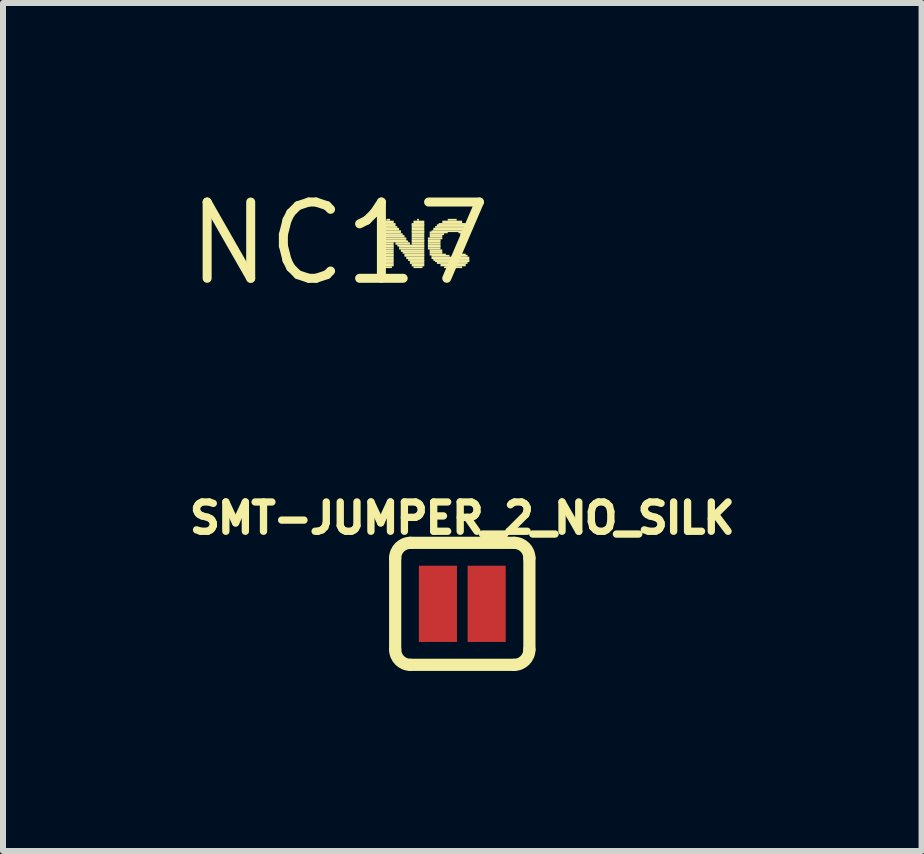
<source format=kicad_pcb>
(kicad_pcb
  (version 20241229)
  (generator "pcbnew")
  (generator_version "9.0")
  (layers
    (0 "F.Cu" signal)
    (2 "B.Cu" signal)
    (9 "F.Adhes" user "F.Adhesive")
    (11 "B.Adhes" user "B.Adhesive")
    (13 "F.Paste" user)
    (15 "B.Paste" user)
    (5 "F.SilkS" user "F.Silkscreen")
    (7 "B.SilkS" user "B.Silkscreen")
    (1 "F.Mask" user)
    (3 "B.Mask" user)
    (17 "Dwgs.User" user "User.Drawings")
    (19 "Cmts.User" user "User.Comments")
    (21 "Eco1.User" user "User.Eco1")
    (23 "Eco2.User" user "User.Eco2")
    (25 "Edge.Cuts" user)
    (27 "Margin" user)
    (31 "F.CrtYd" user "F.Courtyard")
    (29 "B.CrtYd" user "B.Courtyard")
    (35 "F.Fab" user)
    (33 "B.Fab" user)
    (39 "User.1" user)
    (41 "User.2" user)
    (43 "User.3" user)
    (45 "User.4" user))
  (footprint "SMT-JUMPER_2_NO_SILK"
    (layer "F.Cu")
    (at 4.651 7.009)
    (property "Reference" "SMT-JUMPER_2_NO_SILK" (at 0 -1.143 0) (layer "F.SilkS") (effects (font (size 0.488 0.488) (thickness 0.122)) (justify bottom)))
    (fp_line (start -1.118 0.762) (end -1.118 -0.762) (stroke (width 0.203) (type solid)) (layer "F.SilkS"))
    (fp_line (start -0.864 -1.016) (end 0.864 -1.016) (stroke (width 0.203) (type solid)) (layer "F.SilkS"))
    (fp_line (start 0.864 1.016) (end -0.864 1.016) (stroke (width 0.203) (type solid)) (layer "F.SilkS"))
    (fp_line (start 1.118 0.762) (end 1.118 -0.762) (stroke (width 0.203) (type solid)) (layer "F.SilkS"))
    (fp_arc (start -1.1176 -0.762) (mid -1.043205 -0.941605) (end -0.8636 -1.016) (stroke (width 0.2032) (type solid)) (layer "F.SilkS"))
    (fp_arc (start -0.8636 1.016) (mid -1.043205 0.941605) (end -1.1176 0.762) (stroke (width 0.2032) (type solid)) (layer "F.SilkS"))
    (fp_arc (start 0.8636 -1.016) (mid 1.043205 -0.941605) (end 1.1176 -0.762) (stroke (width 0.2032) (type solid)) (layer "F.SilkS"))
    (fp_arc (start 1.1176 0.762) (mid 1.043205 0.941605) (end 0.8636 1.016) (stroke (width 0.2032) (type solid)) (layer "F.SilkS"))
    (pad "1" smd rect (at -0.406 0) (size 0.635 1.27) (layers "F.Cu" "F.Mask"))
    (pad "2" smd rect (at 0.406 0) (size 0.635 1.27) (layers "F.Cu" "F.Mask")))
  (footprint "NC17"
    (layer "F.Cu")
    (at 2.608 1.006)
    (property "Reference" "NC17" (at 0 0 0) (layer "F.SilkS") (effects (font (size 1.27 1.27) (thickness 0.15))))
    (fp_poly (pts (xy 0.72 -0.34) (xy 0.9 -0.34) (xy 0.9 -0.38) (xy 0.72 -0.38)) (stroke (width 0) (type solid)) (fill yes) (layer "F.SilkS"))
    (fp_poly (pts (xy 0.72 -0.31) (xy 0.93 -0.31) (xy 0.93 -0.34) (xy 0.72 -0.34)) (stroke (width 0) (type solid)) (fill yes) (layer "F.SilkS"))
    (fp_poly (pts (xy 0.72 -0.29) (xy 0.93 -0.29) (xy 0.93 -0.32) (xy 0.72 -0.32)) (stroke (width 0) (type solid)) (fill yes) (layer "F.SilkS"))
    (fp_poly (pts (xy 0.72 -0.26) (xy 0.96 -0.26) (xy 0.96 -0.29) (xy 0.72 -0.29)) (stroke (width 0) (type solid)) (fill yes) (layer "F.SilkS"))
    (fp_poly (pts (xy 0.72 -0.22) (xy 0.99 -0.22) (xy 0.99 -0.26) (xy 0.72 -0.26)) (stroke (width 0) (type solid)) (fill yes) (layer "F.SilkS"))
    (fp_poly (pts (xy 0.72 -0.19) (xy 1.02 -0.19) (xy 1.02 -0.22) (xy 0.72 -0.22)) (stroke (width 0) (type solid)) (fill yes) (layer "F.SilkS"))
    (fp_poly (pts (xy 0.72 -0.17) (xy 1.02 -0.17) (xy 1.02 -0.2) (xy 0.72 -0.2)) (stroke (width 0) (type solid)) (fill yes) (layer "F.SilkS"))
    (fp_poly (pts (xy 0.72 -0.14) (xy 1.05 -0.14) (xy 1.05 -0.17) (xy 0.72 -0.17)) (stroke (width 0) (type solid)) (fill yes) (layer "F.SilkS"))
    (fp_poly (pts (xy 0.72 -0.1) (xy 1.08 -0.1) (xy 1.08 -0.14) (xy 0.72 -0.14)) (stroke (width 0) (type solid)) (fill yes) (layer "F.SilkS"))
    (fp_poly (pts (xy 0.72 -0.07) (xy 1.11 -0.07) (xy 1.11 -0.1) (xy 0.72 -0.1)) (stroke (width 0) (type solid)) (fill yes) (layer "F.SilkS"))
    (fp_poly (pts (xy 0.72 -0.04) (xy 1.11 -0.04) (xy 1.11 -0.07) (xy 0.72 -0.07)) (stroke (width 0) (type solid)) (fill yes) (layer "F.SilkS"))
    (fp_poly (pts (xy 0.72 -0.02) (xy 1.14 -0.02) (xy 1.14 -0.05) (xy 0.72 -0.05)) (stroke (width 0) (type solid)) (fill yes) (layer "F.SilkS"))
    (fp_poly (pts (xy 0.72 0.02) (xy 0.9 0.02) (xy 0.9 -0.02) (xy 0.72 -0.02)) (stroke (width 0) (type solid)) (fill yes) (layer "F.SilkS"))
    (fp_poly (pts (xy 0.72 0.05) (xy 0.9 0.05) (xy 0.9 0.02) (xy 0.72 0.02)) (stroke (width 0) (type solid)) (fill yes) (layer "F.SilkS"))
    (fp_poly (pts (xy 0.72 0.07) (xy 0.9 0.07) (xy 0.9 0.04) (xy 0.72 0.04)) (stroke (width 0) (type solid)) (fill yes) (layer "F.SilkS"))
    (fp_poly (pts (xy 0.72 0.1) (xy 0.9 0.1) (xy 0.9 0.07) (xy 0.72 0.07)) (stroke (width 0) (type solid)) (fill yes) (layer "F.SilkS"))
    (fp_poly (pts (xy 0.72 0.14) (xy 0.9 0.14) (xy 0.9 0.1) (xy 0.72 0.1)) (stroke (width 0) (type solid)) (fill yes) (layer "F.SilkS"))
    (fp_poly (pts (xy 0.72 0.17) (xy 0.9 0.17) (xy 0.9 0.14) (xy 0.72 0.14)) (stroke (width 0) (type solid)) (fill yes) (layer "F.SilkS"))
    (fp_poly (pts (xy 0.72 0.2) (xy 0.9 0.2) (xy 0.9 0.17) (xy 0.72 0.17)) (stroke (width 0) (type solid)) (fill yes) (layer "F.SilkS"))
    (fp_poly (pts (xy 0.72 0.22) (xy 0.9 0.22) (xy 0.9 0.19) (xy 0.72 0.19)) (stroke (width 0) (type solid)) (fill yes) (layer "F.SilkS"))
    (fp_poly (pts (xy 0.72 0.26) (xy 0.9 0.26) (xy 0.9 0.22) (xy 0.72 0.22)) (stroke (width 0) (type solid)) (fill yes) (layer "F.SilkS"))
    (fp_poly (pts (xy 0.72 0.29) (xy 0.9 0.29) (xy 0.9 0.26) (xy 0.72 0.26)) (stroke (width 0) (type solid)) (fill yes) (layer "F.SilkS"))
    (fp_poly (pts (xy 0.72 0.31) (xy 0.9 0.31) (xy 0.9 0.28) (xy 0.72 0.28)) (stroke (width 0) (type solid)) (fill yes) (layer "F.SilkS"))
    (fp_poly (pts (xy 0.72 0.34) (xy 0.9 0.34) (xy 0.9 0.31) (xy 0.72 0.31)) (stroke (width 0) (type solid)) (fill yes) (layer "F.SilkS"))
    (fp_poly (pts (xy 0.72 0.38) (xy 0.9 0.38) (xy 0.9 0.34) (xy 0.72 0.34)) (stroke (width 0) (type solid)) (fill yes) (layer "F.SilkS"))
    (fp_poly (pts (xy 0.72 0.41) (xy 0.87 0.41) (xy 0.87 0.38) (xy 0.72 0.38)) (stroke (width 0) (type solid)) (fill yes) (layer "F.SilkS"))
    (fp_poly (pts (xy 0.78 -0.38) (xy 0.84 -0.38) (xy 0.84 -0.41) (xy 0.78 -0.41)) (stroke (width 0) (type solid)) (fill yes) (layer "F.SilkS"))
    (fp_poly (pts (xy 0.93 0.02) (xy 1.17 0.02) (xy 1.17 -0.02) (xy 0.93 -0.02)) (stroke (width 0) (type solid)) (fill yes) (layer "F.SilkS"))
    (fp_poly (pts (xy 0.96 0.05) (xy 1.41 0.05) (xy 1.41 0.02) (xy 0.96 0.02)) (stroke (width 0) (type solid)) (fill yes) (layer "F.SilkS"))
    (fp_poly (pts (xy 0.99 0.07) (xy 1.41 0.07) (xy 1.41 0.04) (xy 0.99 0.04)) (stroke (width 0) (type solid)) (fill yes) (layer "F.SilkS"))
    (fp_poly (pts (xy 0.99 0.1) (xy 1.41 0.1) (xy 1.41 0.07) (xy 0.99 0.07)) (stroke (width 0) (type solid)) (fill yes) (layer "F.SilkS"))
    (fp_poly (pts (xy 1.02 0.14) (xy 1.41 0.14) (xy 1.41 0.1) (xy 1.02 0.1)) (stroke (width 0) (type solid)) (fill yes) (layer "F.SilkS"))
    (fp_poly (pts (xy 1.05 0.17) (xy 1.41 0.17) (xy 1.41 0.14) (xy 1.05 0.14)) (stroke (width 0) (type solid)) (fill yes) (layer "F.SilkS"))
    (fp_poly (pts (xy 1.08 0.2) (xy 1.41 0.2) (xy 1.41 0.17) (xy 1.08 0.17)) (stroke (width 0) (type solid)) (fill yes) (layer "F.SilkS"))
    (fp_poly (pts (xy 1.08 0.22) (xy 1.41 0.22) (xy 1.41 0.19) (xy 1.08 0.19)) (stroke (width 0) (type solid)) (fill yes) (layer "F.SilkS"))
    (fp_poly (pts (xy 1.11 0.26) (xy 1.41 0.26) (xy 1.41 0.22) (xy 1.11 0.22)) (stroke (width 0) (type solid)) (fill yes) (layer "F.SilkS"))
    (fp_poly (pts (xy 1.14 0.29) (xy 1.41 0.29) (xy 1.41 0.26) (xy 1.14 0.26)) (stroke (width 0) (type solid)) (fill yes) (layer "F.SilkS"))
    (fp_poly (pts (xy 1.17 0.31) (xy 1.41 0.31) (xy 1.41 0.28) (xy 1.17 0.28)) (stroke (width 0) (type solid)) (fill yes) (layer "F.SilkS"))
    (fp_poly (pts (xy 1.17 0.34) (xy 1.41 0.34) (xy 1.41 0.31) (xy 1.17 0.31)) (stroke (width 0) (type solid)) (fill yes) (layer "F.SilkS"))
    (fp_poly (pts (xy 1.2 -0.31) (xy 1.41 -0.31) (xy 1.41 -0.34) (xy 1.2 -0.34)) (stroke (width 0) (type solid)) (fill yes) (layer "F.SilkS"))
    (fp_poly (pts (xy 1.2 -0.29) (xy 1.41 -0.29) (xy 1.41 -0.32) (xy 1.2 -0.32)) (stroke (width 0) (type solid)) (fill yes) (layer "F.SilkS"))
    (fp_poly (pts (xy 1.2 -0.26) (xy 1.41 -0.26) (xy 1.41 -0.29) (xy 1.2 -0.29)) (stroke (width 0) (type solid)) (fill yes) (layer "F.SilkS"))
    (fp_poly (pts (xy 1.2 -0.22) (xy 1.41 -0.22) (xy 1.41 -0.26) (xy 1.2 -0.26)) (stroke (width 0) (type solid)) (fill yes) (layer "F.SilkS"))
    (fp_poly (pts (xy 1.2 -0.19) (xy 1.41 -0.19) (xy 1.41 -0.22) (xy 1.2 -0.22)) (stroke (width 0) (type solid)) (fill yes) (layer "F.SilkS"))
    (fp_poly (pts (xy 1.2 -0.17) (xy 1.41 -0.17) (xy 1.41 -0.2) (xy 1.2 -0.2)) (stroke (width 0) (type solid)) (fill yes) (layer "F.SilkS"))
    (fp_poly (pts (xy 1.2 -0.14) (xy 1.41 -0.14) (xy 1.41 -0.17) (xy 1.2 -0.17)) (stroke (width 0) (type solid)) (fill yes) (layer "F.SilkS"))
    (fp_poly (pts (xy 1.2 -0.1) (xy 1.41 -0.1) (xy 1.41 -0.14) (xy 1.2 -0.14)) (stroke (width 0) (type solid)) (fill yes) (layer "F.SilkS"))
    (fp_poly (pts (xy 1.2 -0.07) (xy 1.41 -0.07) (xy 1.41 -0.1) (xy 1.2 -0.1)) (stroke (width 0) (type solid)) (fill yes) (layer "F.SilkS"))
    (fp_poly (pts (xy 1.2 -0.04) (xy 1.41 -0.04) (xy 1.41 -0.07) (xy 1.2 -0.07)) (stroke (width 0) (type solid)) (fill yes) (layer "F.SilkS"))
    (fp_poly (pts (xy 1.2 -0.02) (xy 1.41 -0.02) (xy 1.41 -0.05) (xy 1.2 -0.05)) (stroke (width 0) (type solid)) (fill yes) (layer "F.SilkS"))
    (fp_poly (pts (xy 1.2 0.02) (xy 1.41 0.02) (xy 1.41 -0.02) (xy 1.2 -0.02)) (stroke (width 0) (type solid)) (fill yes) (layer "F.SilkS"))
    (fp_poly (pts (xy 1.2 0.38) (xy 1.41 0.38) (xy 1.41 0.34) (xy 1.2 0.34)) (stroke (width 0) (type solid)) (fill yes) (layer "F.SilkS"))
    (fp_poly (pts (xy 1.23 -0.34) (xy 1.41 -0.34) (xy 1.41 -0.38) (xy 1.23 -0.38)) (stroke (width 0) (type solid)) (fill yes) (layer "F.SilkS"))
    (fp_poly (pts (xy 1.23 0.41) (xy 1.38 0.41) (xy 1.38 0.38) (xy 1.23 0.38)) (stroke (width 0) (type solid)) (fill yes) (layer "F.SilkS"))
    (fp_poly (pts (xy 1.29 -0.38) (xy 1.32 -0.38) (xy 1.32 -0.41) (xy 1.29 -0.41)) (stroke (width 0) (type solid)) (fill yes) (layer "F.SilkS"))
    (fp_poly (pts (xy 1.47 -0.07) (xy 1.71 -0.07) (xy 1.71 -0.1) (xy 1.47 -0.1)) (stroke (width 0) (type solid)) (fill yes) (layer "F.SilkS"))
    (fp_poly (pts (xy 1.47 -0.04) (xy 1.68 -0.04) (xy 1.68 -0.07) (xy 1.47 -0.07)) (stroke (width 0) (type solid)) (fill yes) (layer "F.SilkS"))
    (fp_poly (pts (xy 1.47 -0.02) (xy 1.68 -0.02) (xy 1.68 -0.05) (xy 1.47 -0.05)) (stroke (width 0) (type solid)) (fill yes) (layer "F.SilkS"))
    (fp_poly (pts (xy 1.47 0.02) (xy 1.68 0.02) (xy 1.68 -0.02) (xy 1.47 -0.02)) (stroke (width 0) (type solid)) (fill yes) (layer "F.SilkS"))
    (fp_poly (pts (xy 1.47 0.05) (xy 1.68 0.05) (xy 1.68 0.02) (xy 1.47 0.02)) (stroke (width 0) (type solid)) (fill yes) (layer "F.SilkS"))
    (fp_poly (pts (xy 1.47 0.07) (xy 1.68 0.07) (xy 1.68 0.04) (xy 1.47 0.04)) (stroke (width 0) (type solid)) (fill yes) (layer "F.SilkS"))
    (fp_poly (pts (xy 1.47 0.1) (xy 1.68 0.1) (xy 1.68 0.07) (xy 1.47 0.07)) (stroke (width 0) (type solid)) (fill yes) (layer "F.SilkS"))
    (fp_poly (pts (xy 1.5 -0.17) (xy 1.8 -0.17) (xy 1.8 -0.2) (xy 1.5 -0.2)) (stroke (width 0) (type solid)) (fill yes) (layer "F.SilkS"))
    (fp_poly (pts (xy 1.5 -0.14) (xy 1.74 -0.14) (xy 1.74 -0.17) (xy 1.5 -0.17)) (stroke (width 0) (type solid)) (fill yes) (layer "F.SilkS"))
    (fp_poly (pts (xy 1.5 -0.1) (xy 1.71 -0.1) (xy 1.71 -0.14) (xy 1.5 -0.14)) (stroke (width 0) (type solid)) (fill yes) (layer "F.SilkS"))
    (fp_poly (pts (xy 1.5 0.14) (xy 1.71 0.14) (xy 1.71 0.1) (xy 1.5 0.1)) (stroke (width 0) (type solid)) (fill yes) (layer "F.SilkS"))
    (fp_poly (pts (xy 1.5 0.17) (xy 1.71 0.17) (xy 1.71 0.14) (xy 1.5 0.14)) (stroke (width 0) (type solid)) (fill yes) (layer "F.SilkS"))
    (fp_poly (pts (xy 1.5 0.2) (xy 1.77 0.2) (xy 1.77 0.17) (xy 1.5 0.17)) (stroke (width 0) (type solid)) (fill yes) (layer "F.SilkS"))
    (fp_poly (pts (xy 1.53 -0.19) (xy 2.16 -0.19) (xy 2.16 -0.22) (xy 1.53 -0.22)) (stroke (width 0) (type solid)) (fill yes) (layer "F.SilkS"))
    (fp_poly (pts (xy 1.53 0.22) (xy 1.83 0.22) (xy 1.83 0.19) (xy 1.53 0.19)) (stroke (width 0) (type solid)) (fill yes) (layer "F.SilkS"))
    (fp_poly (pts (xy 1.53 0.26) (xy 2.16 0.26) (xy 2.16 0.22) (xy 1.53 0.22)) (stroke (width 0) (type solid)) (fill yes) (layer "F.SilkS"))
    (fp_poly (pts (xy 1.56 -0.22) (xy 2.16 -0.22) (xy 2.16 -0.26) (xy 1.56 -0.26)) (stroke (width 0) (type solid)) (fill yes) (layer "F.SilkS"))
    (fp_poly (pts (xy 1.56 0.29) (xy 2.16 0.29) (xy 2.16 0.26) (xy 1.56 0.26)) (stroke (width 0) (type solid)) (fill yes) (layer "F.SilkS"))
    (fp_poly (pts (xy 1.59 -0.26) (xy 2.16 -0.26) (xy 2.16 -0.29) (xy 1.59 -0.29)) (stroke (width 0) (type solid)) (fill yes) (layer "F.SilkS"))
    (fp_poly (pts (xy 1.59 0.31) (xy 2.16 0.31) (xy 2.16 0.28) (xy 1.59 0.28)) (stroke (width 0) (type solid)) (fill yes) (layer "F.SilkS"))
    (fp_poly (pts (xy 1.62 -0.29) (xy 2.16 -0.29) (xy 2.16 -0.32) (xy 1.62 -0.32)) (stroke (width 0) (type solid)) (fill yes) (layer "F.SilkS"))
    (fp_poly (pts (xy 1.62 0.34) (xy 2.13 0.34) (xy 2.13 0.31) (xy 1.62 0.31)) (stroke (width 0) (type solid)) (fill yes) (layer "F.SilkS"))
    (fp_poly (pts (xy 1.65 -0.31) (xy 2.1 -0.31) (xy 2.1 -0.34) (xy 1.65 -0.34)) (stroke (width 0) (type solid)) (fill yes) (layer "F.SilkS"))
    (fp_poly (pts (xy 1.68 0.38) (xy 2.1 0.38) (xy 2.1 0.34) (xy 1.68 0.34)) (stroke (width 0) (type solid)) (fill yes) (layer "F.SilkS"))
    (fp_poly (pts (xy 1.71 -0.34) (xy 2.04 -0.34) (xy 2.04 -0.38) (xy 1.71 -0.38)) (stroke (width 0) (type solid)) (fill yes) (layer "F.SilkS"))
    (fp_poly (pts (xy 1.74 0.41) (xy 2.04 0.41) (xy 2.04 0.38) (xy 1.74 0.38)) (stroke (width 0) (type solid)) (fill yes) (layer "F.SilkS"))
    (fp_poly (pts (xy 1.8 -0.38) (xy 1.95 -0.38) (xy 1.95 -0.41) (xy 1.8 -0.41)) (stroke (width 0) (type solid)) (fill yes) (layer "F.SilkS"))
    (fp_poly (pts (xy 1.86 0.44) (xy 1.92 0.44) (xy 1.92 0.41) (xy 1.86 0.41)) (stroke (width 0) (type solid)) (fill yes) (layer "F.SilkS"))
    (fp_poly (pts (xy 1.95 0.22) (xy 2.13 0.22) (xy 2.13 0.19) (xy 1.95 0.19)) (stroke (width 0) (type solid)) (fill yes) (layer "F.SilkS"))
    (fp_poly (pts (xy 1.98 -0.17) (xy 2.13 -0.17) (xy 2.13 -0.2) (xy 1.98 -0.2)) (stroke (width 0) (type solid)) (fill yes) (layer "F.SilkS"))
    (fp_poly (pts (xy 2.01 -0.14) (xy 2.1 -0.14) (xy 2.1 -0.17) (xy 2.01 -0.17)) (stroke (width 0) (type solid)) (fill yes) (layer "F.SilkS"))
    (fp_poly (pts (xy 2.01 0.2) (xy 2.1 0.2) (xy 2.1 0.17) (xy 2.01 0.17)) (stroke (width 0) (type solid)) (fill yes) (layer "F.SilkS")))
  (gr_rect
    (start -3 -3)
    (end 12.302 11.126)
    (stroke (width 0.1) (type default))
    (fill no)
    (layer "Edge.Cuts")))
</source>
